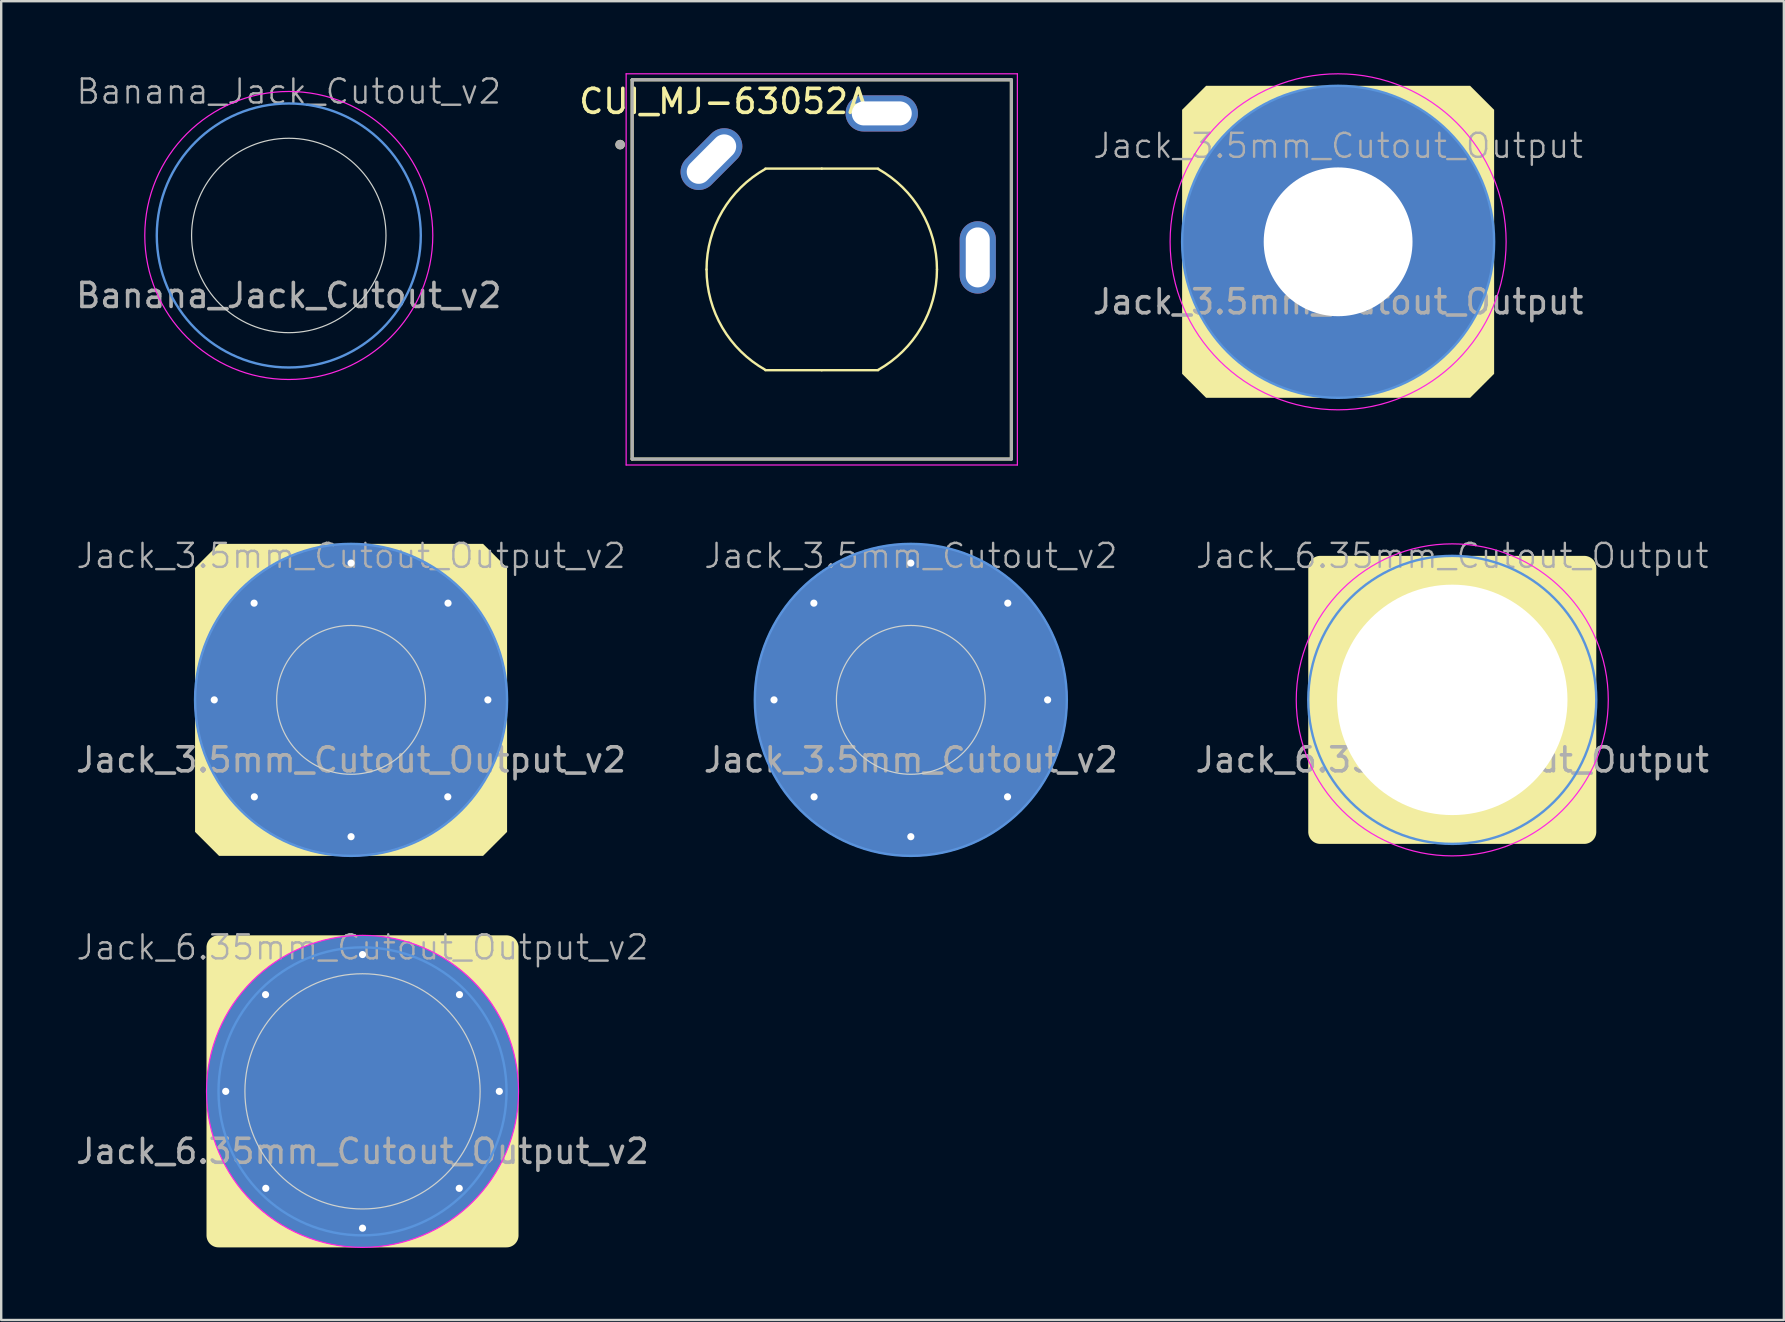
<source format=kicad_pcb>
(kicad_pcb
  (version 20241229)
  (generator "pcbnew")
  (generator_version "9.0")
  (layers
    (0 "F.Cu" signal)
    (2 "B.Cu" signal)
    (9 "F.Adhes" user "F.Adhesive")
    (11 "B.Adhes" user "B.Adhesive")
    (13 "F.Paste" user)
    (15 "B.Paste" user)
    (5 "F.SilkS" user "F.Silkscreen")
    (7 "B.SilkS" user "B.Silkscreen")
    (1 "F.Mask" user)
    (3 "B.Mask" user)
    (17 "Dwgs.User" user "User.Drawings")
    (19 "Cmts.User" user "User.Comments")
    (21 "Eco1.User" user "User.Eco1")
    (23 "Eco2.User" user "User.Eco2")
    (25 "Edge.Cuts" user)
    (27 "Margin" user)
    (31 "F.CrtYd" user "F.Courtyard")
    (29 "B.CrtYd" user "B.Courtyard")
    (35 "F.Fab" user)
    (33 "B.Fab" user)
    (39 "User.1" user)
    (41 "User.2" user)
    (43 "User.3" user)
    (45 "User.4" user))
  (footprint "Banana_Jack_Cutout_v2"
    (layer "F.Cu")
    (at 8.982 6.761)
    (property "Reference" "Banana_Jack_Cutout_v2" (at 0 -6 0) (unlocked yes) (layer "F.Fab") (effects (font (size 1 1) (thickness 0.1))))
    (attr through_hole exclude_from_bom)
    (fp_circle (center 0 0) (end 5.5 0) (stroke (width 0.1) (type default)) (fill no) (layer "Cmts.User"))
    (fp_circle (center 0 0) (end 4.05 0) (stroke (width 0.05) (type default)) (fill no) (layer "Edge.Cuts"))
    (fp_circle (center 0 0) (end 6 0) (stroke (width 0.05) (type default)) (fill no) (layer "F.CrtYd"))
    (fp_text user "${REFERENCE}" (at 0 2.5 0) (unlocked yes) (layer "F.Fab") (effects (font (size 1 1) (thickness 0.15)))))
  (footprint "Jack_3.5mm_Cutout_v2"
    (layer "F.Cu")
    (at 34.899 26.11)
    (property "Reference" "Jack_3.5mm_Cutout_v2" (at 0 -6 0) (unlocked yes) (layer "F.Fab") (effects (font (size 1 1) (thickness 0.1))))
    (attr through_hole exclude_from_bom)
    (fp_circle (center 0 0) (end 6.5 0) (stroke (width 0.1) (type default)) (fill no) (layer "Cmts.User"))
    (fp_circle (center 0 0) (end 3.1 0) (stroke (width 0.05) (type default)) (fill no) (layer "Edge.Cuts"))
    (fp_circle (center 0 0) (end 0 6.5) (stroke (width 0.05) (type default)) (fill no) (layer "F.CrtYd"))
    (fp_text user "${REFERENCE}" (at 0 2.5 0) (unlocked yes) (layer "F.Fab") (effects (font (size 1 1) (thickness 0.15))))
    (pad "1" thru_hole circle (at -5.7 0) (size 0.5 0.5) (drill 0.3) (layers "*.Cu" "*.Mask"))
    (pad "1" thru_hole circle (at -4.04 -4.03) (size 0.5 0.5) (drill 0.3) (layers "*.Cu" "*.Mask"))
    (pad "1" thru_hole circle (at -4.03 4.04) (size 0.5 0.5) (drill 0.3) (layers "*.Cu" "*.Mask"))
    (pad "1" thru_hole circle (at 0 -5.7) (size 0.5 0.5) (drill 0.3) (layers "*.Cu" "*.Mask"))
    (pad "1" connect circle (at 0 0) (size 13 13) (layers "F.Cu" "F.Mask"))
    (pad "1" connect circle (at 0 0) (size 13 13) (layers "B.Cu" "B.Mask"))
    (pad "1" thru_hole circle (at 0 5.7) (size 0.5 0.5) (drill 0.3) (layers "*.Cu" "*.Mask"))
    (pad "1" thru_hole circle (at 4.03 4.04) (size 0.5 0.5) (drill 0.3) (layers "*.Cu" "*.Mask"))
    (pad "1" thru_hole circle (at 4.04 -4.03) (size 0.5 0.5) (drill 0.3) (layers "*.Cu" "*.Mask"))
    (pad "1" thru_hole circle (at 5.7 0) (size 0.5 0.5) (drill 0.3) (layers "*.Cu" "*.Mask")))
  (footprint "CUI_MJ-63052A"
    (layer "F.Cu")
    (at 31.188 8.175)
    (property "Reference" "CUI_MJ-63052A" (at -4.075 -7 0) (layer "F.SilkS") (effects (font (size 1 1) (thickness 0.15))))
    (attr through_hole)
    (fp_line (start -7.9 -7.9) (end -7.9 7.9) (stroke (width 0.127) (type solid)) (layer "F.SilkS"))
    (fp_line (start -7.9 -7.9) (end 7.9 -7.9) (stroke (width 0.127) (type solid)) (layer "F.SilkS"))
    (fp_line (start 0 -4.2) (end -2.35 -4.2) (stroke (width 0.1) (type default)) (layer "F.SilkS"))
    (fp_line (start 0 -4.2) (end 2.35 -4.2) (stroke (width 0.1) (type default)) (layer "F.SilkS"))
    (fp_line (start 0 4.2) (end -2.35 4.2) (stroke (width 0.1) (type default)) (layer "F.SilkS"))
    (fp_line (start 0 4.2) (end 2.35 4.2) (stroke (width 0.1) (type default)) (layer "F.SilkS"))
    (fp_line (start 7.9 -7.9) (end 7.9 7.9) (stroke (width 0.127) (type solid)) (layer "F.SilkS"))
    (fp_line (start 7.9 7.9) (end -7.9 7.9) (stroke (width 0.127) (type solid)) (layer "F.SilkS"))
    (fp_arc (start -4.8 0) (mid -4.14066 -2.427948) (end -2.343778 -4.188879) (stroke (width 0.1) (type default)) (layer "F.SilkS"))
    (fp_arc (start -2.343778 4.188879) (mid -4.14066 2.427948) (end -4.8 0) (stroke (width 0.1) (type default)) (layer "F.SilkS"))
    (fp_arc (start 2.343778 -4.188879) (mid 4.14066 -2.427948) (end 4.8 0) (stroke (width 0.1) (type default)) (layer "F.SilkS"))
    (fp_arc (start 4.8 0) (mid 4.14066 2.427948) (end 2.343778 4.188879) (stroke (width 0.1) (type default)) (layer "F.SilkS"))
    (fp_circle (center -8.4 -5.2) (end -8.3 -5.2) (stroke (width 0.2) (type solid)) (fill no) (layer "F.SilkS"))
    (fp_line (start -8.15 -8.15) (end 8.15 -8.15) (stroke (width 0.05) (type solid)) (layer "F.CrtYd"))
    (fp_line (start -8.15 8.15) (end -8.15 -8.15) (stroke (width 0.05) (type solid)) (layer "F.CrtYd"))
    (fp_line (start 8.15 -8.15) (end 8.15 8.15) (stroke (width 0.05) (type solid)) (layer "F.CrtYd"))
    (fp_line (start 8.15 8.15) (end -8.15 8.15) (stroke (width 0.05) (type solid)) (layer "F.CrtYd"))
    (fp_line (start -7.9 -7.9) (end -7.9 7.9) (stroke (width 0.127) (type solid)) (layer "F.Fab"))
    (fp_line (start -7.9 -7.9) (end 7.9 -7.9) (stroke (width 0.127) (type solid)) (layer "F.Fab"))
    (fp_line (start 7.9 -7.9) (end 7.9 7.9) (stroke (width 0.127) (type solid)) (layer "F.Fab"))
    (fp_line (start 7.9 7.9) (end -7.9 7.9) (stroke (width 0.127) (type solid)) (layer "F.Fab"))
    (fp_circle (center -8.4 -5.2) (end -8.3 -5.2) (stroke (width 0.2) (type solid)) (fill no) (layer "F.Fab"))
    (pad "S" thru_hole oval (at -4.596 -4.596 315) (size 1.508 3.016) (drill oval 1 2.5) (layers "*.Cu" "*.Mask"))
    (pad "T" thru_hole oval (at 6.5 -0.5) (size 1.508 3.016) (drill oval 1 2.5) (layers "*.Cu" "*.Mask"))
    (pad "TN" thru_hole oval (at 2.5 -6.5) (size 3.016 1.508) (drill oval 2.5 1) (layers "*.Cu" "*.Mask")))
  (footprint "Jack_6.35mm_Cutout_Output_v2"
    (layer "F.Cu")
    (at 12.054 42.421)
    (property "Reference" "Jack_6.35mm_Cutout_Output_v2" (at 0 -6 0) (unlocked yes) (layer "F.Fab") (effects (font (size 1 1) (thickness 0.1))))
    (attr through_hole exclude_from_bom)
    (fp_poly (pts (arc (start -6.5 6) (mid -6.353553 6.353553) (end -6 6.5)) (arc (start 0 6.5) (mid -4.596194 4.596194) (end -6.5 0))) (stroke (width 0) (type solid)) (fill yes) (layer "F.SilkS"))
    (fp_poly (pts (arc (start -6 -6.5) (mid -6.353553 -6.353553) (end -6.5 -6)) (arc (start -6.5 0) (mid -4.596194 -4.596194) (end 0 -6.5))) (stroke (width 0) (type solid)) (fill yes) (layer "F.SilkS"))
    (fp_poly (pts (arc (start 6 6.5) (mid 6.353553 6.353553) (end 6.5 6)) (arc (start 6.5 0) (mid 4.596194 4.596194) (end 0 6.5))) (stroke (width 0) (type solid)) (fill yes) (layer "F.SilkS"))
    (fp_poly (pts (arc (start 6.5 0) (mid 4.596194 -4.596194) (end 0 -6.5)) (arc (start 6 -6.5) (mid 6.353553 -6.353553) (end 6.5 -6))) (stroke (width 0) (type solid)) (fill yes) (layer "F.SilkS"))
    (fp_circle (center 0 0) (end 0 6) (stroke (width 0.1) (type default)) (fill no) (layer "Cmts.User"))
    (fp_circle (center 0 0) (end 0 -4.9) (stroke (width 0.05) (type default)) (fill no) (layer "Edge.Cuts"))
    (fp_circle (center 0 0) (end 0 6.5) (stroke (width 0.05) (type default)) (fill no) (layer "F.CrtYd"))
    (fp_text user "${REFERENCE}" (at 0 2.5 0) (unlocked yes) (layer "F.Fab") (effects (font (size 1 1) (thickness 0.15))))
    (pad "1" thru_hole circle (at -5.7 0) (size 0.5 0.5) (drill 0.3) (layers "*.Cu" "*.Mask"))
    (pad "1" thru_hole circle (at -4.04 -4.03) (size 0.5 0.5) (drill 0.3) (layers "*.Cu" "*.Mask"))
    (pad "1" thru_hole circle (at -4.03 4.04) (size 0.5 0.5) (drill 0.3) (layers "*.Cu" "*.Mask"))
    (pad "1" thru_hole circle (at 0 -5.7) (size 0.5 0.5) (drill 0.3) (layers "*.Cu" "*.Mask"))
    (pad "1" connect circle (at 0 0) (size 13 13) (layers "F.Cu" "F.Mask"))
    (pad "1" connect circle (at 0 0) (size 13 13) (layers "B.Cu" "B.Mask"))
    (pad "1" thru_hole circle (at 0 5.7) (size 0.5 0.5) (drill 0.3) (layers "*.Cu" "*.Mask"))
    (pad "1" thru_hole circle (at 4.03 4.04) (size 0.5 0.5) (drill 0.3) (layers "*.Cu" "*.Mask"))
    (pad "1" thru_hole circle (at 4.04 -4.03) (size 0.5 0.5) (drill 0.3) (layers "*.Cu" "*.Mask"))
    (pad "1" thru_hole circle (at 5.7 0) (size 0.5 0.5) (drill 0.3) (layers "*.Cu" "*.Mask")))
  (footprint "Jack_3.5mm_Cutout_Output_v2"
    (layer "F.Cu")
    (at 11.577 26.11)
    (property "Reference" "Jack_3.5mm_Cutout_Output_v2" (at 0 -6 0) (unlocked yes) (layer "F.Fab") (effects (font (size 1 1) (thickness 0.1))))
    (attr through_hole exclude_from_bom)
    (fp_poly (pts (xy -6.5 5.5) (arc (start -6.5 0) (mid -4.596194 4.596194) (end 0 6.5)) (xy -5.5 6.5)) (stroke (width 0) (type solid)) (fill yes) (layer "F.SilkS"))
    (fp_poly (pts (xy -5.5 -6.5) (arc (start 0 -6.5) (mid -4.596194 -4.596194) (end -6.5 0)) (xy -6.5 -5.5)) (stroke (width 0) (type solid)) (fill yes) (layer "F.SilkS"))
    (fp_poly (pts (xy 5.5 6.5) (arc (start 0 6.5) (mid 4.596194 4.596194) (end 6.5 0)) (xy 6.5 5.5)) (stroke (width 0) (type solid)) (fill yes) (layer "F.SilkS"))
    (fp_poly (pts (xy 6.5 -5.5) (arc (start 6.5 0) (mid 4.596194 -4.596194) (end 0 -6.5)) (xy 5.5 -6.5)) (stroke (width 0) (type solid)) (fill yes) (layer "F.SilkS"))
    (fp_circle (center 0 0) (end 6.5 0) (stroke (width 0.1) (type default)) (fill no) (layer "Cmts.User"))
    (fp_circle (center 0 0) (end 3.1 0) (stroke (width 0.05) (type default)) (fill no) (layer "Edge.Cuts"))
    (fp_circle (center 0 0) (end 0 6.5) (stroke (width 0.05) (type default)) (fill no) (layer "F.CrtYd"))
    (fp_text user "${REFERENCE}" (at 0 2.5 0) (unlocked yes) (layer "F.Fab") (effects (font (size 1 1) (thickness 0.15))))
    (pad "1" thru_hole circle (at -5.7 0) (size 0.5 0.5) (drill 0.3) (layers "*.Cu" "*.Mask"))
    (pad "1" thru_hole circle (at -4.04 -4.03) (size 0.5 0.5) (drill 0.3) (layers "*.Cu" "*.Mask"))
    (pad "1" thru_hole circle (at -4.03 4.04) (size 0.5 0.5) (drill 0.3) (layers "*.Cu" "*.Mask"))
    (pad "1" thru_hole circle (at 0 -5.7) (size 0.5 0.5) (drill 0.3) (layers "*.Cu" "*.Mask"))
    (pad "1" connect circle (at 0 0) (size 13 13) (layers "F.Cu" "F.Mask"))
    (pad "1" connect circle (at 0 0) (size 13 13) (layers "B.Cu" "B.Mask"))
    (pad "1" thru_hole circle (at 0 5.7) (size 0.5 0.5) (drill 0.3) (layers "*.Cu" "*.Mask"))
    (pad "1" thru_hole circle (at 4.03 4.04) (size 0.5 0.5) (drill 0.3) (layers "*.Cu" "*.Mask"))
    (pad "1" thru_hole circle (at 4.04 -4.03) (size 0.5 0.5) (drill 0.3) (layers "*.Cu" "*.Mask"))
    (pad "1" thru_hole circle (at 5.7 0) (size 0.5 0.5) (drill 0.3) (layers "*.Cu" "*.Mask")))
  (footprint "Jack_6.35mm_Cutout_Output"
    (layer "F.Cu")
    (at 57.458 26.11)
    (property "Reference" "Jack_6.35mm_Cutout_Output" (at 0 -6 0) (unlocked yes) (layer "F.Fab") (effects (font (size 1 1) (thickness 0.1))))
    (attr through_hole)
    (fp_poly (pts (arc (start 6 -5.5) (mid 5.853553 -5.853553) (end 5.5 -6)) (arc (start -5.5 -6) (mid -5.853553 -5.853553) (end -6 -5.5)) (arc (start -6 5.5) (mid -5.853553 5.853553) (end -5.5 6)) (arc (start 5.5 6) (mid 5.853553 5.853553) (end 6 5.5))) (stroke (width 0) (type solid)) (fill yes) (layer "F.SilkS"))
    (fp_circle (center 0 0) (end 0 6) (stroke (width 0.1) (type default)) (fill no) (layer "Cmts.User"))
    (fp_circle (center 0 0) (end 0 6.5) (stroke (width 0.05) (type default)) (fill no) (layer "F.CrtYd"))
    (fp_text user "${REFERENCE}" (at 0 2.5 0) (unlocked yes) (layer "F.Fab") (effects (font (size 1 1) (thickness 0.15))))
    (pad "" np_thru_hole circle (at 0 0) (size 11.5 11.5) (drill 9.6) (layers "*.Cu" "*.Mask")))
  (footprint "Jack_3.5mm_Cutout_Output"
    (layer "F.Cu")
    (at 52.702 7.025)
    (property "Reference" "Jack_3.5mm_Cutout_Output" (at 0 -4 0) (unlocked yes) (layer "F.Fab") (effects (font (size 1 1) (thickness 0.1))))
    (attr through_hole exclude_from_bom)
    (fp_poly (pts (xy -6.5 -5.5) (xy -5.5 -6.5) (arc (start 0 -6.5) (mid -4.596194 -4.596194) (end -6.5 0))) (stroke (width 0) (type solid)) (fill yes) (layer "F.SilkS"))
    (fp_poly (pts (xy -5.5 6.5) (xy -6.5 5.5) (arc (start -6.5 0) (mid -4.596194 4.596194) (end 0 6.5))) (stroke (width 0) (type solid)) (fill yes) (layer "F.SilkS"))
    (fp_poly (pts (xy 5.5 -6.5) (xy 6.5 -5.5) (arc (start 6.5 0) (mid 4.596194 -4.596194) (end 0 -6.5))) (stroke (width 0) (type solid)) (fill yes) (layer "F.SilkS"))
    (fp_poly (pts (xy 6.5 5.5) (xy 5.5 6.5) (arc (start 0 6.5) (mid 4.596194 4.596194) (end 6.5 0))) (stroke (width 0) (type solid)) (fill yes) (layer "F.SilkS"))
    (fp_circle (center 0 0) (end 0 6.5) (stroke (width 0.1) (type default)) (fill no) (layer "Cmts.User"))
    (fp_circle (center 0 0) (end 0 7) (stroke (width 0.05) (type default)) (fill no) (layer "F.CrtYd"))
    (fp_text user "${REFERENCE}" (at 0 2.5 0) (unlocked yes) (layer "F.Fab") (effects (font (size 1 1) (thickness 0.15))))
    (pad "" thru_hole circle (at 0 0) (size 13 13) (drill 6.2) (layers "*.Cu" "*.Mask")))
  (gr_rect
    (start -3 -3)
    (end 71.274 51.946)
    (stroke (width 0.1) (type default))
    (fill no)
    (layer "Edge.Cuts")))
</source>
